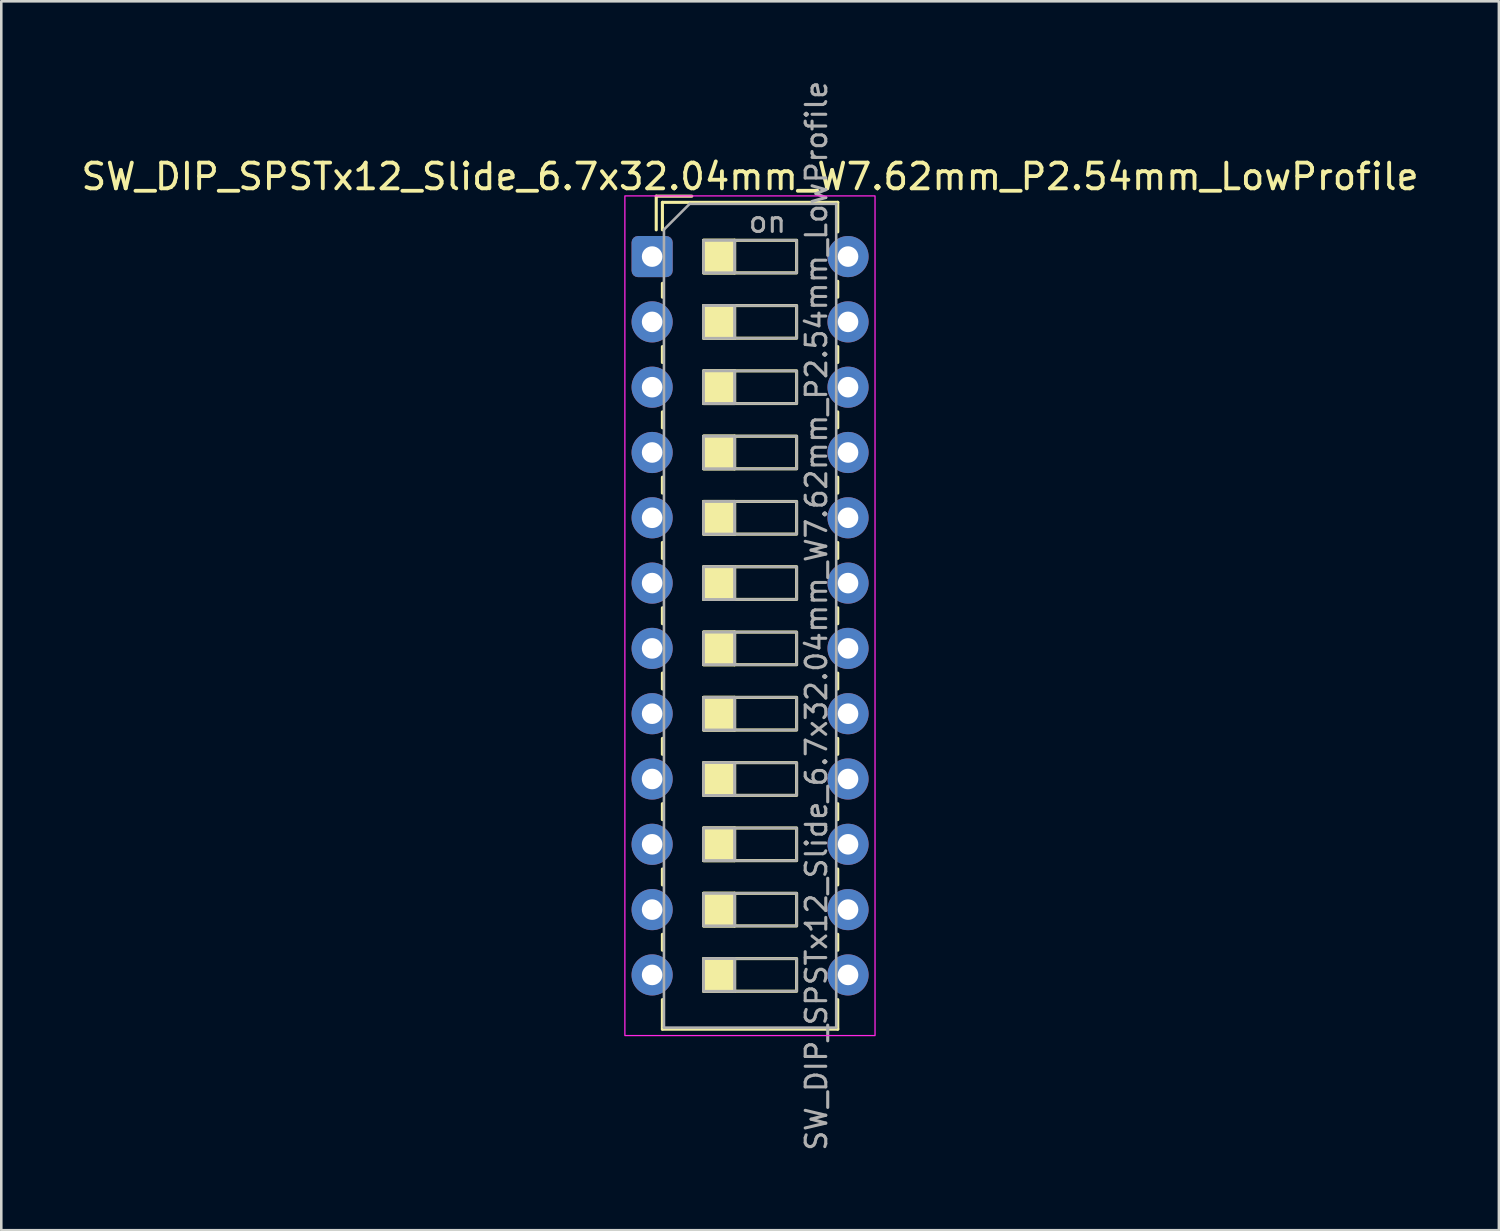
<source format=kicad_pcb>
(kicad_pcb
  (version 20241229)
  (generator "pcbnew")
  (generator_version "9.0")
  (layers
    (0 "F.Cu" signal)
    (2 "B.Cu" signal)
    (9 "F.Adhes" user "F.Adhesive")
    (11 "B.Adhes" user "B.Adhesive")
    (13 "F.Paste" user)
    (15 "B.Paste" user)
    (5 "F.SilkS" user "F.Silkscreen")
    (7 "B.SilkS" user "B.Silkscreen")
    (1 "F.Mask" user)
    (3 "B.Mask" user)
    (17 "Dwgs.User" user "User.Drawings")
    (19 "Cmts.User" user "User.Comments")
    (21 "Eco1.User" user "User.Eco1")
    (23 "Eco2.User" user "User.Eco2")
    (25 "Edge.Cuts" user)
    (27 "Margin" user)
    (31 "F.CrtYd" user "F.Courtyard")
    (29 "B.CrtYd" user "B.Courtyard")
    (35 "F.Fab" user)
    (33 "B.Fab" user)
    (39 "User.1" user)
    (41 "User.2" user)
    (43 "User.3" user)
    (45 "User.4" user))
  (footprint "SW_DIP_SPSTx12_Slide_6.7x32.04mm_W7.62mm_P2.54mm_LowProfile"
    (layer "F.Cu")
    (at 22.315 6.93)
    (property "Reference" "SW_DIP_SPSTx12_Slide_6.7x32.04mm_W7.62mm_P2.54mm_LowProfile" (at 3.81 -3.11 0) (layer "F.SilkS") (effects (font (size 1 1) (thickness 0.15))))
    (attr through_hole)
    (fp_line (start 0.16 -2.35) (end 0.16 -1.04) (stroke (width 0.12) (type solid)) (layer "F.SilkS"))
    (fp_line (start 0.16 -2.35) (end 1.543 -2.35) (stroke (width 0.12) (type solid)) (layer "F.SilkS"))
    (fp_line (start 0.4 -2.11) (end 0.4 -1.04) (stroke (width 0.12) (type solid)) (layer "F.SilkS"))
    (fp_line (start 0.4 -2.11) (end 7.22 -2.11) (stroke (width 0.12) (type solid)) (layer "F.SilkS"))
    (fp_line (start 0.4 1.04) (end 0.4 1.58) (stroke (width 0.12) (type solid)) (layer "F.SilkS"))
    (fp_line (start 0.4 3.5) (end 0.4 4.12) (stroke (width 0.12) (type solid)) (layer "F.SilkS"))
    (fp_line (start 0.4 6.04) (end 0.4 6.66) (stroke (width 0.12) (type solid)) (layer "F.SilkS"))
    (fp_line (start 0.4 8.58) (end 0.4 9.2) (stroke (width 0.12) (type solid)) (layer "F.SilkS"))
    (fp_line (start 0.4 11.12) (end 0.4 11.74) (stroke (width 0.12) (type solid)) (layer "F.SilkS"))
    (fp_line (start 0.4 13.66) (end 0.4 14.28) (stroke (width 0.12) (type solid)) (layer "F.SilkS"))
    (fp_line (start 0.4 16.2) (end 0.4 16.82) (stroke (width 0.12) (type solid)) (layer "F.SilkS"))
    (fp_line (start 0.4 18.74) (end 0.4 19.36) (stroke (width 0.12) (type solid)) (layer "F.SilkS"))
    (fp_line (start 0.4 21.28) (end 0.4 21.9) (stroke (width 0.12) (type solid)) (layer "F.SilkS"))
    (fp_line (start 0.4 23.82) (end 0.4 24.44) (stroke (width 0.12) (type solid)) (layer "F.SilkS"))
    (fp_line (start 0.4 26.36) (end 0.4 26.98) (stroke (width 0.12) (type solid)) (layer "F.SilkS"))
    (fp_line (start 0.4 28.9) (end 0.4 30.05) (stroke (width 0.12) (type solid)) (layer "F.SilkS"))
    (fp_line (start 0.4 30.05) (end 7.22 30.05) (stroke (width 0.12) (type solid)) (layer "F.SilkS"))
    (fp_line (start 3.207 -0.635) (end 3.207 0.635) (stroke (width 0.12) (type solid)) (layer "F.SilkS"))
    (fp_line (start 3.207 1.905) (end 3.207 3.175) (stroke (width 0.12) (type solid)) (layer "F.SilkS"))
    (fp_line (start 3.207 4.445) (end 3.207 5.715) (stroke (width 0.12) (type solid)) (layer "F.SilkS"))
    (fp_line (start 3.207 6.985) (end 3.207 8.255) (stroke (width 0.12) (type solid)) (layer "F.SilkS"))
    (fp_line (start 3.207 9.525) (end 3.207 10.795) (stroke (width 0.12) (type solid)) (layer "F.SilkS"))
    (fp_line (start 3.207 12.065) (end 3.207 13.335) (stroke (width 0.12) (type solid)) (layer "F.SilkS"))
    (fp_line (start 3.207 14.605) (end 3.207 15.875) (stroke (width 0.12) (type solid)) (layer "F.SilkS"))
    (fp_line (start 3.207 17.145) (end 3.207 18.415) (stroke (width 0.12) (type solid)) (layer "F.SilkS"))
    (fp_line (start 3.207 19.685) (end 3.207 20.955) (stroke (width 0.12) (type solid)) (layer "F.SilkS"))
    (fp_line (start 3.207 22.225) (end 3.207 23.495) (stroke (width 0.12) (type solid)) (layer "F.SilkS"))
    (fp_line (start 3.207 24.765) (end 3.207 26.035) (stroke (width 0.12) (type solid)) (layer "F.SilkS"))
    (fp_line (start 3.207 27.305) (end 3.207 28.575) (stroke (width 0.12) (type solid)) (layer "F.SilkS"))
    (fp_line (start 7.22 -2.11) (end 7.22 -0.96) (stroke (width 0.12) (type solid)) (layer "F.SilkS"))
    (fp_line (start 7.22 0.96) (end 7.22 1.58) (stroke (width 0.12) (type solid)) (layer "F.SilkS"))
    (fp_line (start 7.22 3.5) (end 7.22 4.12) (stroke (width 0.12) (type solid)) (layer "F.SilkS"))
    (fp_line (start 7.22 6.04) (end 7.22 6.66) (stroke (width 0.12) (type solid)) (layer "F.SilkS"))
    (fp_line (start 7.22 8.58) (end 7.22 9.2) (stroke (width 0.12) (type solid)) (layer "F.SilkS"))
    (fp_line (start 7.22 11.12) (end 7.22 11.74) (stroke (width 0.12) (type solid)) (layer "F.SilkS"))
    (fp_line (start 7.22 13.66) (end 7.22 14.28) (stroke (width 0.12) (type solid)) (layer "F.SilkS"))
    (fp_line (start 7.22 16.2) (end 7.22 16.82) (stroke (width 0.12) (type solid)) (layer "F.SilkS"))
    (fp_line (start 7.22 18.74) (end 7.22 19.36) (stroke (width 0.12) (type solid)) (layer "F.SilkS"))
    (fp_line (start 7.22 21.28) (end 7.22 21.9) (stroke (width 0.12) (type solid)) (layer "F.SilkS"))
    (fp_line (start 7.22 23.82) (end 7.22 24.44) (stroke (width 0.12) (type solid)) (layer "F.SilkS"))
    (fp_line (start 7.22 26.36) (end 7.22 26.98) (stroke (width 0.12) (type solid)) (layer "F.SilkS"))
    (fp_line (start 7.22 28.9) (end 7.22 30.05) (stroke (width 0.12) (type solid)) (layer "F.SilkS"))
    (fp_rect (start 2 -0.635) (end 3.207 0.635) (stroke (width 0.12) (type solid)) (fill yes) (layer "F.SilkS"))
    (fp_rect (start 2 -0.635) (end 5.62 0.635) (stroke (width 0.12) (type solid)) (fill no) (layer "F.SilkS"))
    (fp_rect (start 2 1.905) (end 3.207 3.175) (stroke (width 0.12) (type solid)) (fill yes) (layer "F.SilkS"))
    (fp_rect (start 2 1.905) (end 5.62 3.175) (stroke (width 0.12) (type solid)) (fill no) (layer "F.SilkS"))
    (fp_rect (start 2 4.445) (end 3.207 5.715) (stroke (width 0.12) (type solid)) (fill yes) (layer "F.SilkS"))
    (fp_rect (start 2 4.445) (end 5.62 5.715) (stroke (width 0.12) (type solid)) (fill no) (layer "F.SilkS"))
    (fp_rect (start 2 6.985) (end 3.207 8.255) (stroke (width 0.12) (type solid)) (fill yes) (layer "F.SilkS"))
    (fp_rect (start 2 6.985) (end 5.62 8.255) (stroke (width 0.12) (type solid)) (fill no) (layer "F.SilkS"))
    (fp_rect (start 2 9.525) (end 3.207 10.795) (stroke (width 0.12) (type solid)) (fill yes) (layer "F.SilkS"))
    (fp_rect (start 2 9.525) (end 5.62 10.795) (stroke (width 0.12) (type solid)) (fill no) (layer "F.SilkS"))
    (fp_rect (start 2 12.065) (end 3.207 13.335) (stroke (width 0.12) (type solid)) (fill yes) (layer "F.SilkS"))
    (fp_rect (start 2 12.065) (end 5.62 13.335) (stroke (width 0.12) (type solid)) (fill no) (layer "F.SilkS"))
    (fp_rect (start 2 14.605) (end 3.207 15.875) (stroke (width 0.12) (type solid)) (fill yes) (layer "F.SilkS"))
    (fp_rect (start 2 14.605) (end 5.62 15.875) (stroke (width 0.12) (type solid)) (fill no) (layer "F.SilkS"))
    (fp_rect (start 2 17.145) (end 3.207 18.415) (stroke (width 0.12) (type solid)) (fill yes) (layer "F.SilkS"))
    (fp_rect (start 2 17.145) (end 5.62 18.415) (stroke (width 0.12) (type solid)) (fill no) (layer "F.SilkS"))
    (fp_rect (start 2 19.685) (end 3.207 20.955) (stroke (width 0.12) (type solid)) (fill yes) (layer "F.SilkS"))
    (fp_rect (start 2 19.685) (end 5.62 20.955) (stroke (width 0.12) (type solid)) (fill no) (layer "F.SilkS"))
    (fp_rect (start 2 22.225) (end 3.207 23.495) (stroke (width 0.12) (type solid)) (fill yes) (layer "F.SilkS"))
    (fp_rect (start 2 22.225) (end 5.62 23.495) (stroke (width 0.12) (type solid)) (fill no) (layer "F.SilkS"))
    (fp_rect (start 2 24.765) (end 3.207 26.035) (stroke (width 0.12) (type solid)) (fill yes) (layer "F.SilkS"))
    (fp_rect (start 2 24.765) (end 5.62 26.035) (stroke (width 0.12) (type solid)) (fill no) (layer "F.SilkS"))
    (fp_rect (start 2 27.305) (end 3.207 28.575) (stroke (width 0.12) (type solid)) (fill yes) (layer "F.SilkS"))
    (fp_rect (start 2 27.305) (end 5.62 28.575) (stroke (width 0.12) (type solid)) (fill no) (layer "F.SilkS"))
    (fp_rect (start -1.06 -2.36) (end 8.67 30.3) (stroke (width 0.05) (type solid)) (fill no) (layer "F.CrtYd"))
    (fp_line (start 0.46 -1.05) (end 1.46 -2.05) (stroke (width 0.1) (type solid)) (layer "F.Fab"))
    (fp_line (start 0.46 29.99) (end 0.46 -1.05) (stroke (width 0.1) (type solid)) (layer "F.Fab"))
    (fp_line (start 1.46 -2.05) (end 7.16 -2.05) (stroke (width 0.1) (type solid)) (layer "F.Fab"))
    (fp_line (start 3.207 -0.635) (end 3.207 0.635) (stroke (width 0.1) (type solid)) (layer "F.Fab"))
    (fp_line (start 3.207 1.905) (end 3.207 3.175) (stroke (width 0.1) (type solid)) (layer "F.Fab"))
    (fp_line (start 3.207 4.445) (end 3.207 5.715) (stroke (width 0.1) (type solid)) (layer "F.Fab"))
    (fp_line (start 3.207 6.985) (end 3.207 8.255) (stroke (width 0.1) (type solid)) (layer "F.Fab"))
    (fp_line (start 3.207 9.525) (end 3.207 10.795) (stroke (width 0.1) (type solid)) (layer "F.Fab"))
    (fp_line (start 3.207 12.065) (end 3.207 13.335) (stroke (width 0.1) (type solid)) (layer "F.Fab"))
    (fp_line (start 3.207 14.605) (end 3.207 15.875) (stroke (width 0.1) (type solid)) (layer "F.Fab"))
    (fp_line (start 3.207 17.145) (end 3.207 18.415) (stroke (width 0.1) (type solid)) (layer "F.Fab"))
    (fp_line (start 3.207 19.685) (end 3.207 20.955) (stroke (width 0.1) (type solid)) (layer "F.Fab"))
    (fp_line (start 3.207 22.225) (end 3.207 23.495) (stroke (width 0.1) (type solid)) (layer "F.Fab"))
    (fp_line (start 3.207 24.765) (end 3.207 26.035) (stroke (width 0.1) (type solid)) (layer "F.Fab"))
    (fp_line (start 3.207 27.305) (end 3.207 28.575) (stroke (width 0.1) (type solid)) (layer "F.Fab"))
    (fp_line (start 7.16 -2.05) (end 7.16 29.99) (stroke (width 0.1) (type solid)) (layer "F.Fab"))
    (fp_line (start 7.16 29.99) (end 0.46 29.99) (stroke (width 0.1) (type solid)) (layer "F.Fab"))
    (fp_rect (start 2 -0.635) (end 3.207 0.635) (stroke (width 0.1) (type solid)) (fill no) (layer "F.Fab"))
    (fp_rect (start 2 -0.635) (end 5.62 0.635) (stroke (width 0.1) (type solid)) (fill no) (layer "F.Fab"))
    (fp_rect (start 2 1.905) (end 3.207 3.175) (stroke (width 0.1) (type solid)) (fill no) (layer "F.Fab"))
    (fp_rect (start 2 1.905) (end 5.62 3.175) (stroke (width 0.1) (type solid)) (fill no) (layer "F.Fab"))
    (fp_rect (start 2 4.445) (end 3.207 5.715) (stroke (width 0.1) (type solid)) (fill no) (layer "F.Fab"))
    (fp_rect (start 2 4.445) (end 5.62 5.715) (stroke (width 0.1) (type solid)) (fill no) (layer "F.Fab"))
    (fp_rect (start 2 6.985) (end 3.207 8.255) (stroke (width 0.1) (type solid)) (fill no) (layer "F.Fab"))
    (fp_rect (start 2 6.985) (end 5.62 8.255) (stroke (width 0.1) (type solid)) (fill no) (layer "F.Fab"))
    (fp_rect (start 2 9.525) (end 3.207 10.795) (stroke (width 0.1) (type solid)) (fill no) (layer "F.Fab"))
    (fp_rect (start 2 9.525) (end 5.62 10.795) (stroke (width 0.1) (type solid)) (fill no) (layer "F.Fab"))
    (fp_rect (start 2 12.065) (end 3.207 13.335) (stroke (width 0.1) (type solid)) (fill no) (layer "F.Fab"))
    (fp_rect (start 2 12.065) (end 5.62 13.335) (stroke (width 0.1) (type solid)) (fill no) (layer "F.Fab"))
    (fp_rect (start 2 14.605) (end 3.207 15.875) (stroke (width 0.1) (type solid)) (fill no) (layer "F.Fab"))
    (fp_rect (start 2 14.605) (end 5.62 15.875) (stroke (width 0.1) (type solid)) (fill no) (layer "F.Fab"))
    (fp_rect (start 2 17.145) (end 3.207 18.415) (stroke (width 0.1) (type solid)) (fill no) (layer "F.Fab"))
    (fp_rect (start 2 17.145) (end 5.62 18.415) (stroke (width 0.1) (type solid)) (fill no) (layer "F.Fab"))
    (fp_rect (start 2 19.685) (end 3.207 20.955) (stroke (width 0.1) (type solid)) (fill no) (layer "F.Fab"))
    (fp_rect (start 2 19.685) (end 5.62 20.955) (stroke (width 0.1) (type solid)) (fill no) (layer "F.Fab"))
    (fp_rect (start 2 22.225) (end 3.207 23.495) (stroke (width 0.1) (type solid)) (fill no) (layer "F.Fab"))
    (fp_rect (start 2 22.225) (end 5.62 23.495) (stroke (width 0.1) (type solid)) (fill no) (layer "F.Fab"))
    (fp_rect (start 2 24.765) (end 3.207 26.035) (stroke (width 0.1) (type solid)) (fill no) (layer "F.Fab"))
    (fp_rect (start 2 24.765) (end 5.62 26.035) (stroke (width 0.1) (type solid)) (fill no) (layer "F.Fab"))
    (fp_rect (start 2 27.305) (end 3.207 28.575) (stroke (width 0.1) (type solid)) (fill no) (layer "F.Fab"))
    (fp_rect (start 2 27.305) (end 5.62 28.575) (stroke (width 0.1) (type solid)) (fill no) (layer "F.Fab"))
    (fp_text user "on" (at 4.485 -1.343 0) (layer "F.Fab") (effects (font (size 0.8 0.8) (thickness 0.12))))
    (fp_text user "${REFERENCE}" (at 6.39 13.97 90) (layer "F.Fab") (effects (font (size 0.8 0.8) (thickness 0.12))))
    (pad "1" thru_hole roundrect (at 0 0) (size 1.6 1.6) (drill 0.8) (layers "*.Cu" "*.Mask") (roundrect_rratio 0.156))
    (pad "2" thru_hole circle (at 0 2.54) (size 1.6 1.6) (drill 0.8) (layers "*.Cu" "*.Mask"))
    (pad "3" thru_hole circle (at 0 5.08) (size 1.6 1.6) (drill 0.8) (layers "*.Cu" "*.Mask"))
    (pad "4" thru_hole circle (at 0 7.62) (size 1.6 1.6) (drill 0.8) (layers "*.Cu" "*.Mask"))
    (pad "5" thru_hole circle (at 0 10.16) (size 1.6 1.6) (drill 0.8) (layers "*.Cu" "*.Mask"))
    (pad "6" thru_hole circle (at 0 12.7) (size 1.6 1.6) (drill 0.8) (layers "*.Cu" "*.Mask"))
    (pad "7" thru_hole circle (at 0 15.24) (size 1.6 1.6) (drill 0.8) (layers "*.Cu" "*.Mask"))
    (pad "8" thru_hole circle (at 0 17.78) (size 1.6 1.6) (drill 0.8) (layers "*.Cu" "*.Mask"))
    (pad "9" thru_hole circle (at 0 20.32) (size 1.6 1.6) (drill 0.8) (layers "*.Cu" "*.Mask"))
    (pad "10" thru_hole circle (at 0 22.86) (size 1.6 1.6) (drill 0.8) (layers "*.Cu" "*.Mask"))
    (pad "11" thru_hole circle (at 0 25.4) (size 1.6 1.6) (drill 0.8) (layers "*.Cu" "*.Mask"))
    (pad "12" thru_hole circle (at 0 27.94) (size 1.6 1.6) (drill 0.8) (layers "*.Cu" "*.Mask"))
    (pad "13" thru_hole circle (at 7.62 27.94) (size 1.6 1.6) (drill 0.8) (layers "*.Cu" "*.Mask"))
    (pad "14" thru_hole circle (at 7.62 25.4) (size 1.6 1.6) (drill 0.8) (layers "*.Cu" "*.Mask"))
    (pad "15" thru_hole circle (at 7.62 22.86) (size 1.6 1.6) (drill 0.8) (layers "*.Cu" "*.Mask"))
    (pad "16" thru_hole circle (at 7.62 20.32) (size 1.6 1.6) (drill 0.8) (layers "*.Cu" "*.Mask"))
    (pad "17" thru_hole circle (at 7.62 17.78) (size 1.6 1.6) (drill 0.8) (layers "*.Cu" "*.Mask"))
    (pad "18" thru_hole circle (at 7.62 15.24) (size 1.6 1.6) (drill 0.8) (layers "*.Cu" "*.Mask"))
    (pad "19" thru_hole circle (at 7.62 12.7) (size 1.6 1.6) (drill 0.8) (layers "*.Cu" "*.Mask"))
    (pad "20" thru_hole circle (at 7.62 10.16) (size 1.6 1.6) (drill 0.8) (layers "*.Cu" "*.Mask"))
    (pad "21" thru_hole circle (at 7.62 7.62) (size 1.6 1.6) (drill 0.8) (layers "*.Cu" "*.Mask"))
    (pad "22" thru_hole circle (at 7.62 5.08) (size 1.6 1.6) (drill 0.8) (layers "*.Cu" "*.Mask"))
    (pad "23" thru_hole circle (at 7.62 2.54) (size 1.6 1.6) (drill 0.8) (layers "*.Cu" "*.Mask"))
    (pad "24" thru_hole circle (at 7.62 0) (size 1.6 1.6) (drill 0.8) (layers "*.Cu" "*.Mask")))
  (gr_rect
    (start -3 -3)
    (end 55.25 44.8)
    (stroke (width 0.1) (type default))
    (fill no)
    (layer "Edge.Cuts")))
</source>
